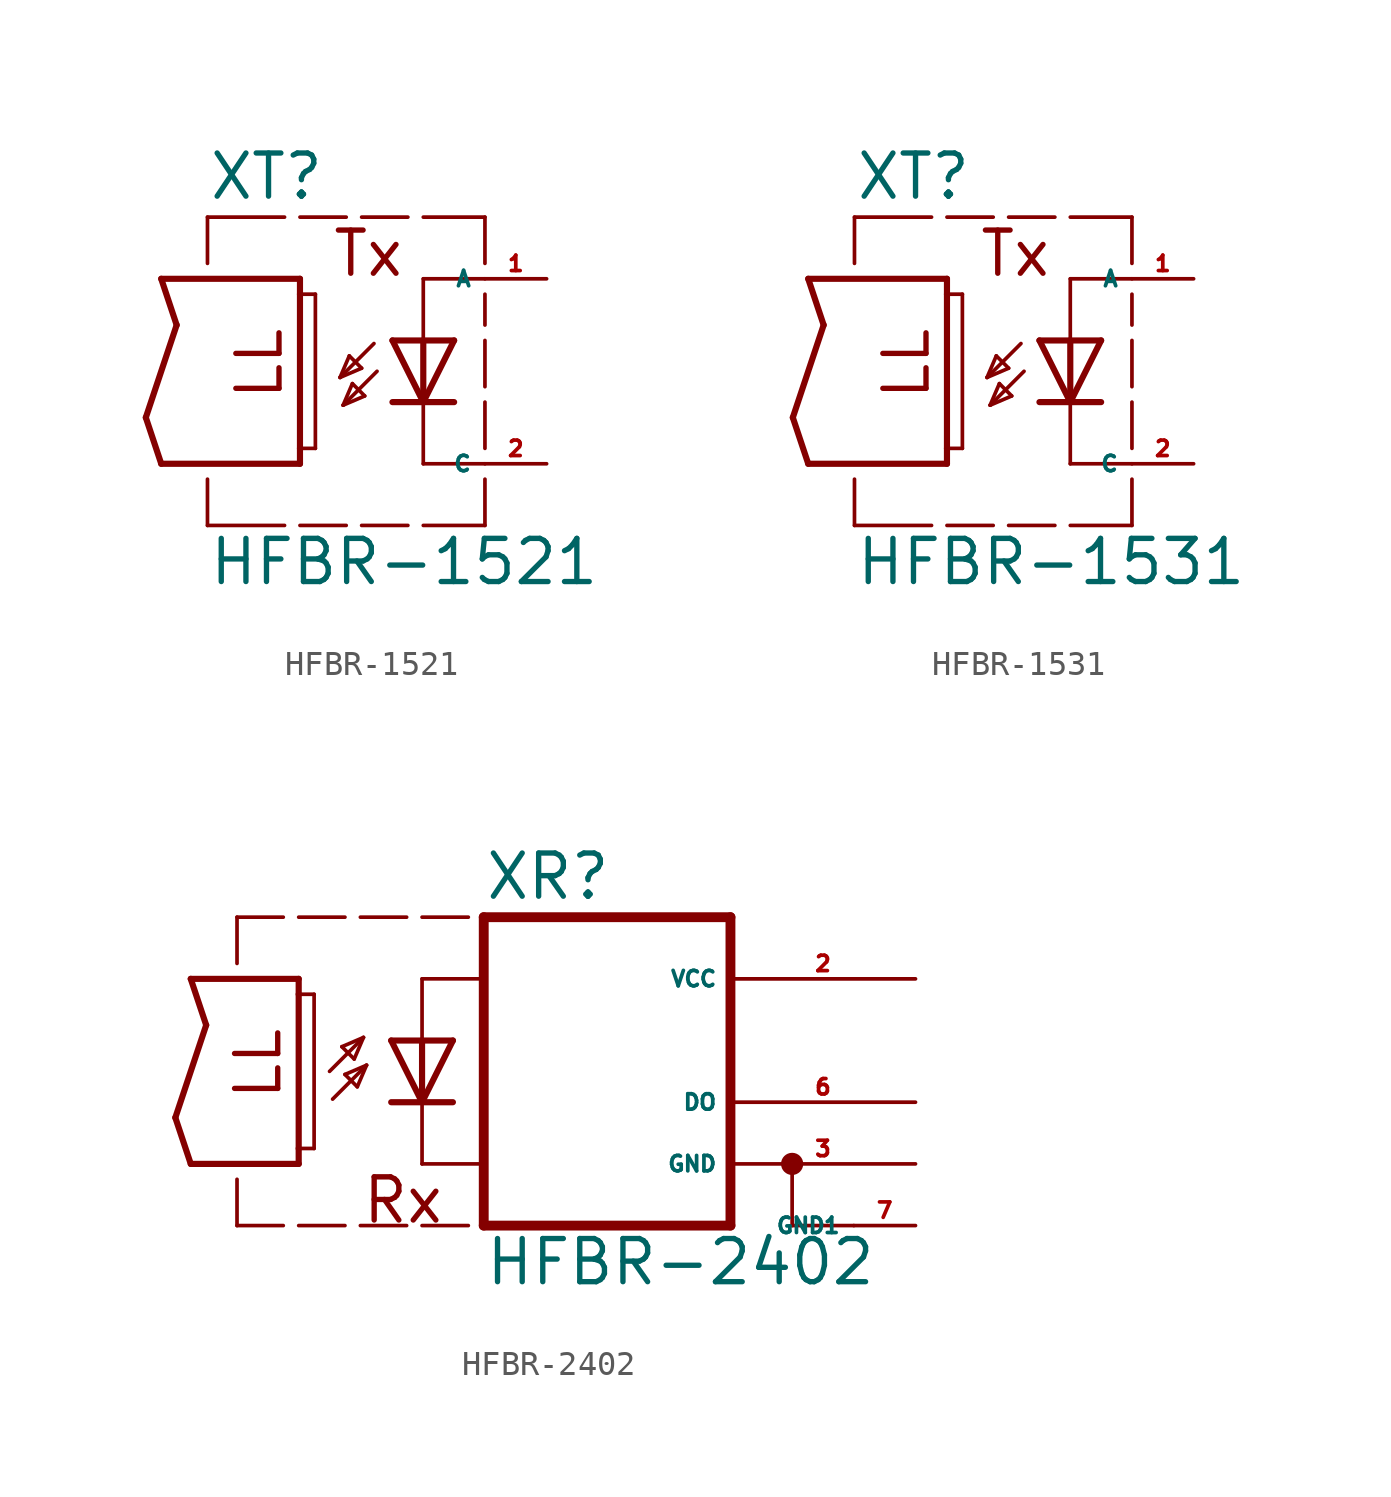
<source format=kicad_sym>
(kicad_symbol_lib
  (version 20220914)
  (generator Eagle2Kicad)
  (symbol "HFBR-1521"
    (property "Reference" "XT"
      (at -8.89 8.255 0)
      (effects (font (size 1.778 1.778) (thickness 0.22)) (justify left bottom)))
    (property "Value" "HFBR-1521"
      (at -8.89 -7.62 0)
      (effects (font (size 1.778 1.778) (thickness 0.22)) (justify left bottom)))
    (polyline
      (pts (xy 1.27 2.54) (xy 0 0))
      (stroke (width 0.254) (type default))
      (fill (type none)))
    (polyline
      (pts (xy 0 0) (xy -1.27 2.54))
      (stroke (width 0.254) (type default))
      (fill (type none)))
    (polyline
      (pts (xy 1.27 0) (xy 0 0))
      (stroke (width 0.254) (type default))
      (fill (type none)))
    (polyline
      (pts (xy 0 0) (xy -1.27 0))
      (stroke (width 0.254) (type default))
      (fill (type none)))
    (polyline
      (pts (xy 1.27 2.54) (xy 0 2.54))
      (stroke (width 0.254) (type default))
      (fill (type none)))
    (polyline
      (pts (xy 0 2.54) (xy -1.27 2.54))
      (stroke (width 0.254) (type default))
      (fill (type none)))
    (polyline
      (pts (xy 0 2.54) (xy 0 0))
      (stroke (width 0.254) (type default))
      (fill (type none)))
    (polyline
      (pts (xy -2.032 2.413) (xy -3.429 1.016))
      (stroke (width 0.152) (type default))
      (fill (type none)))
    (polyline
      (pts (xy -3.429 1.016) (xy -2.54 1.397))
      (stroke (width 0.152) (type default))
      (fill (type none)))
    (polyline
      (pts (xy -2.54 1.397) (xy -3.048 1.905))
      (stroke (width 0.152) (type default))
      (fill (type none)))
    (polyline
      (pts (xy -3.048 1.905) (xy -3.429 1.016))
      (stroke (width 0.152) (type default))
      (fill (type none)))
    (polyline
      (pts (xy -3.302 -0.127) (xy -2.413 0.254))
      (stroke (width 0.152) (type default))
      (fill (type none)))
    (polyline
      (pts (xy -2.413 0.254) (xy -2.921 0.762))
      (stroke (width 0.152) (type default))
      (fill (type none)))
    (polyline
      (pts (xy -2.921 0.762) (xy -3.302 -0.127))
      (stroke (width 0.152) (type default))
      (fill (type none)))
    (polyline
      (pts (xy -1.905 1.27) (xy -3.302 -0.127))
      (stroke (width 0.152) (type default))
      (fill (type none)))
    (polyline
      (pts (xy -10.795 5.08) (xy -5.08 5.08))
      (stroke (width 0.254) (type default))
      (fill (type none)))
    (polyline
      (pts (xy -5.08 5.08) (xy -5.08 4.445))
      (stroke (width 0.254) (type default))
      (fill (type none)))
    (polyline
      (pts (xy -5.08 -2.54) (xy -10.795 -2.54))
      (stroke (width 0.254) (type default))
      (fill (type none)))
    (polyline
      (pts (xy -10.795 -2.54) (xy -11.43 -0.635))
      (stroke (width 0.254) (type default))
      (fill (type none)))
    (polyline
      (pts (xy -11.43 -0.635) (xy -10.16 3.175))
      (stroke (width 0.254) (type default))
      (fill (type none)))
    (polyline
      (pts (xy -10.16 3.175) (xy -10.795 5.08))
      (stroke (width 0.254) (type default))
      (fill (type none)))
    (polyline
      (pts (xy -5.08 4.445) (xy -4.445 4.445))
      (stroke (width 0.152) (type default))
      (fill (type none)))
    (polyline
      (pts (xy -5.08 4.445) (xy -5.08 -1.905))
      (stroke (width 0.254) (type default))
      (fill (type none)))
    (polyline
      (pts (xy -4.445 4.445) (xy -4.445 -1.905))
      (stroke (width 0.152) (type default))
      (fill (type none)))
    (polyline
      (pts (xy -4.445 -1.905) (xy -5.08 -1.905))
      (stroke (width 0.152) (type default))
      (fill (type none)))
    (polyline
      (pts (xy -5.08 -1.905) (xy -5.08 -2.54))
      (stroke (width 0.254) (type default))
      (fill (type none)))
    (polyline
      (pts (xy -8.89 5.715) (xy -8.89 7.62))
      (stroke (width 0.152) (type default))
      (fill (type none)))
    (polyline
      (pts (xy -8.89 7.62) (xy -5.715 7.62))
      (stroke (width 0.152) (type default))
      (fill (type none)))
    (polyline
      (pts (xy -5.08 7.62) (xy -3.175 7.62))
      (stroke (width 0.152) (type default))
      (fill (type none)))
    (polyline
      (pts (xy -2.54 7.62) (xy -0.635 7.62))
      (stroke (width 0.152) (type default))
      (fill (type none)))
    (polyline
      (pts (xy 0 7.62) (xy 2.54 7.62))
      (stroke (width 0.152) (type default))
      (fill (type none)))
    (polyline
      (pts (xy -8.89 -3.175) (xy -8.89 -5.08))
      (stroke (width 0.152) (type default))
      (fill (type none)))
    (polyline
      (pts (xy -8.89 -5.08) (xy -5.715 -5.08))
      (stroke (width 0.152) (type default))
      (fill (type none)))
    (polyline
      (pts (xy -5.08 -5.08) (xy -3.175 -5.08))
      (stroke (width 0.152) (type default))
      (fill (type none)))
    (polyline
      (pts (xy -2.54 -5.08) (xy -0.635 -5.08))
      (stroke (width 0.152) (type default))
      (fill (type none)))
    (polyline
      (pts (xy 0 -5.08) (xy 2.54 -5.08))
      (stroke (width 0.152) (type default))
      (fill (type none)))
    (polyline
      (pts (xy 2.54 5.715) (xy 2.54 7.62))
      (stroke (width 0.152) (type default))
      (fill (type none)))
    (polyline
      (pts (xy 2.54 3.175) (xy 2.54 4.445))
      (stroke (width 0.152) (type default))
      (fill (type none)))
    (polyline
      (pts (xy 2.54 0.635) (xy 2.54 2.54))
      (stroke (width 0.152) (type default))
      (fill (type none)))
    (polyline
      (pts (xy 2.54 -1.905) (xy 2.54 0))
      (stroke (width 0.152) (type default))
      (fill (type none)))
    (polyline
      (pts (xy 2.54 -5.08) (xy 2.54 -3.175))
      (stroke (width 0.152) (type default))
      (fill (type none)))
    (polyline
      (pts (xy 2.54 5.08) (xy 0 5.08))
      (stroke (width 0.152) (type default))
      (fill (type none)))
    (polyline
      (pts (xy 0 5.08) (xy 0 2.54))
      (stroke (width 0.152) (type default))
      (fill (type none)))
    (polyline
      (pts (xy 2.54 -2.54) (xy 0 -2.54))
      (stroke (width 0.152) (type default))
      (fill (type none)))
    (polyline
      (pts (xy 0 -2.54) (xy 0 0))
      (stroke (width 0.152) (type default))
      (fill (type none)))
    (text "LL"
      (at -5.715 0 900)
      (effects (font (size 1.778 1.778) (thickness 0.22)) (justify left bottom)))
    (text "Tx"
      (at -3.81 5.08 0)
      (effects (font (size 1.778 1.778) (thickness 0.22)) (justify left bottom)))
    (pin passive line
      (at 5.08 -2.54 180)
      (length 2.54)
      (name "C" (effects (font (size 0.635 0.635) (thickness 0.08)) (justify left bottom)))
      (number "2" (effects (font (size 0.635 0.635) (thickness 0.08)) (justify left bottom))))
    (pin passive line
      (at 5.08 5.08 180)
      (length 2.54)
      (name "A" (effects (font (size 0.635 0.635) (thickness 0.08)) (justify left bottom)))
      (number "1" (effects (font (size 0.635 0.635) (thickness 0.08)) (justify left bottom)))))
  (symbol "HFBR-1531"
    (property "Reference" "XT"
      (at -8.89 8.255 0)
      (effects (font (size 1.778 1.778) (thickness 0.22)) (justify left bottom)))
    (property "Value" "HFBR-1531"
      (at -8.89 -7.62 0)
      (effects (font (size 1.778 1.778) (thickness 0.22)) (justify left bottom)))
    (polyline
      (pts (xy 1.27 2.54) (xy 0 0))
      (stroke (width 0.254) (type default))
      (fill (type none)))
    (polyline
      (pts (xy 0 0) (xy -1.27 2.54))
      (stroke (width 0.254) (type default))
      (fill (type none)))
    (polyline
      (pts (xy 1.27 0) (xy 0 0))
      (stroke (width 0.254) (type default))
      (fill (type none)))
    (polyline
      (pts (xy 0 0) (xy -1.27 0))
      (stroke (width 0.254) (type default))
      (fill (type none)))
    (polyline
      (pts (xy 1.27 2.54) (xy 0 2.54))
      (stroke (width 0.254) (type default))
      (fill (type none)))
    (polyline
      (pts (xy 0 2.54) (xy -1.27 2.54))
      (stroke (width 0.254) (type default))
      (fill (type none)))
    (polyline
      (pts (xy 0 2.54) (xy 0 0))
      (stroke (width 0.254) (type default))
      (fill (type none)))
    (polyline
      (pts (xy -2.032 2.413) (xy -3.429 1.016))
      (stroke (width 0.152) (type default))
      (fill (type none)))
    (polyline
      (pts (xy -3.429 1.016) (xy -2.54 1.397))
      (stroke (width 0.152) (type default))
      (fill (type none)))
    (polyline
      (pts (xy -2.54 1.397) (xy -3.048 1.905))
      (stroke (width 0.152) (type default))
      (fill (type none)))
    (polyline
      (pts (xy -3.048 1.905) (xy -3.429 1.016))
      (stroke (width 0.152) (type default))
      (fill (type none)))
    (polyline
      (pts (xy -3.302 -0.127) (xy -2.413 0.254))
      (stroke (width 0.152) (type default))
      (fill (type none)))
    (polyline
      (pts (xy -2.413 0.254) (xy -2.921 0.762))
      (stroke (width 0.152) (type default))
      (fill (type none)))
    (polyline
      (pts (xy -2.921 0.762) (xy -3.302 -0.127))
      (stroke (width 0.152) (type default))
      (fill (type none)))
    (polyline
      (pts (xy -1.905 1.27) (xy -3.302 -0.127))
      (stroke (width 0.152) (type default))
      (fill (type none)))
    (polyline
      (pts (xy -10.795 5.08) (xy -5.08 5.08))
      (stroke (width 0.254) (type default))
      (fill (type none)))
    (polyline
      (pts (xy -5.08 5.08) (xy -5.08 4.445))
      (stroke (width 0.254) (type default))
      (fill (type none)))
    (polyline
      (pts (xy -5.08 -2.54) (xy -10.795 -2.54))
      (stroke (width 0.254) (type default))
      (fill (type none)))
    (polyline
      (pts (xy -10.795 -2.54) (xy -11.43 -0.635))
      (stroke (width 0.254) (type default))
      (fill (type none)))
    (polyline
      (pts (xy -11.43 -0.635) (xy -10.16 3.175))
      (stroke (width 0.254) (type default))
      (fill (type none)))
    (polyline
      (pts (xy -10.16 3.175) (xy -10.795 5.08))
      (stroke (width 0.254) (type default))
      (fill (type none)))
    (polyline
      (pts (xy -5.08 4.445) (xy -4.445 4.445))
      (stroke (width 0.152) (type default))
      (fill (type none)))
    (polyline
      (pts (xy -5.08 4.445) (xy -5.08 -1.905))
      (stroke (width 0.254) (type default))
      (fill (type none)))
    (polyline
      (pts (xy -4.445 4.445) (xy -4.445 -1.905))
      (stroke (width 0.152) (type default))
      (fill (type none)))
    (polyline
      (pts (xy -4.445 -1.905) (xy -5.08 -1.905))
      (stroke (width 0.152) (type default))
      (fill (type none)))
    (polyline
      (pts (xy -5.08 -1.905) (xy -5.08 -2.54))
      (stroke (width 0.254) (type default))
      (fill (type none)))
    (polyline
      (pts (xy -8.89 5.715) (xy -8.89 7.62))
      (stroke (width 0.152) (type default))
      (fill (type none)))
    (polyline
      (pts (xy -8.89 7.62) (xy -5.715 7.62))
      (stroke (width 0.152) (type default))
      (fill (type none)))
    (polyline
      (pts (xy -5.08 7.62) (xy -3.175 7.62))
      (stroke (width 0.152) (type default))
      (fill (type none)))
    (polyline
      (pts (xy -2.54 7.62) (xy -0.635 7.62))
      (stroke (width 0.152) (type default))
      (fill (type none)))
    (polyline
      (pts (xy 0 7.62) (xy 2.54 7.62))
      (stroke (width 0.152) (type default))
      (fill (type none)))
    (polyline
      (pts (xy -8.89 -3.175) (xy -8.89 -5.08))
      (stroke (width 0.152) (type default))
      (fill (type none)))
    (polyline
      (pts (xy -8.89 -5.08) (xy -5.715 -5.08))
      (stroke (width 0.152) (type default))
      (fill (type none)))
    (polyline
      (pts (xy -5.08 -5.08) (xy -3.175 -5.08))
      (stroke (width 0.152) (type default))
      (fill (type none)))
    (polyline
      (pts (xy -2.54 -5.08) (xy -0.635 -5.08))
      (stroke (width 0.152) (type default))
      (fill (type none)))
    (polyline
      (pts (xy 0 -5.08) (xy 2.54 -5.08))
      (stroke (width 0.152) (type default))
      (fill (type none)))
    (polyline
      (pts (xy 2.54 5.715) (xy 2.54 7.62))
      (stroke (width 0.152) (type default))
      (fill (type none)))
    (polyline
      (pts (xy 2.54 3.175) (xy 2.54 4.445))
      (stroke (width 0.152) (type default))
      (fill (type none)))
    (polyline
      (pts (xy 2.54 0.635) (xy 2.54 2.54))
      (stroke (width 0.152) (type default))
      (fill (type none)))
    (polyline
      (pts (xy 2.54 -1.905) (xy 2.54 0))
      (stroke (width 0.152) (type default))
      (fill (type none)))
    (polyline
      (pts (xy 2.54 -5.08) (xy 2.54 -3.175))
      (stroke (width 0.152) (type default))
      (fill (type none)))
    (polyline
      (pts (xy 2.54 5.08) (xy 0 5.08))
      (stroke (width 0.152) (type default))
      (fill (type none)))
    (polyline
      (pts (xy 0 5.08) (xy 0 2.54))
      (stroke (width 0.152) (type default))
      (fill (type none)))
    (polyline
      (pts (xy 2.54 -2.54) (xy 0 -2.54))
      (stroke (width 0.152) (type default))
      (fill (type none)))
    (polyline
      (pts (xy 0 -2.54) (xy 0 0))
      (stroke (width 0.152) (type default))
      (fill (type none)))
    (text "LL"
      (at -5.715 0 900)
      (effects (font (size 1.778 1.778) (thickness 0.22)) (justify left bottom)))
    (text "Tx"
      (at -3.81 5.08 0)
      (effects (font (size 1.778 1.778) (thickness 0.22)) (justify left bottom)))
    (pin passive line
      (at 5.08 -2.54 180)
      (length 2.54)
      (name "C" (effects (font (size 0.635 0.635) (thickness 0.08)) (justify left bottom)))
      (number "2" (effects (font (size 0.635 0.635) (thickness 0.08)) (justify left bottom))))
    (pin passive line
      (at 5.08 5.08 180)
      (length 2.54)
      (name "A" (effects (font (size 0.635 0.635) (thickness 0.08)) (justify left bottom)))
      (number "1" (effects (font (size 0.635 0.635) (thickness 0.08)) (justify left bottom)))))
  (symbol "HFBR-2402"
    (property "Reference" "XR"
      (at 2.54 8.255 0)
      (effects (font (size 1.778 1.778) (thickness 0.22)) (justify left bottom)))
    (property "Value" "HFBR-2402"
      (at 2.54 -7.62 0)
      (effects (font (size 1.778 1.778) (thickness 0.22)) (justify left bottom)))
    (polyline
      (pts (xy 1.27 2.54) (xy 0 0))
      (stroke (width 0.254) (type default))
      (fill (type none)))
    (polyline
      (pts (xy 0 0) (xy -1.27 2.54))
      (stroke (width 0.254) (type default))
      (fill (type none)))
    (polyline
      (pts (xy 1.27 0) (xy 0 0))
      (stroke (width 0.254) (type default))
      (fill (type none)))
    (polyline
      (pts (xy 0 0) (xy -1.27 0))
      (stroke (width 0.254) (type default))
      (fill (type none)))
    (polyline
      (pts (xy 1.27 2.54) (xy 0 2.54))
      (stroke (width 0.254) (type default))
      (fill (type none)))
    (polyline
      (pts (xy 0 5.08) (xy 0 2.54))
      (stroke (width 0.152) (type default))
      (fill (type none)))
    (polyline
      (pts (xy 0 2.54) (xy -1.27 2.54))
      (stroke (width 0.254) (type default))
      (fill (type none)))
    (polyline
      (pts (xy 0 2.54) (xy 0 0))
      (stroke (width 0.254) (type default))
      (fill (type none)))
    (polyline
      (pts (xy -3.683 0.127) (xy -2.286 1.524))
      (stroke (width 0.152) (type default))
      (fill (type none)))
    (polyline
      (pts (xy -2.286 1.524) (xy -3.175 1.143))
      (stroke (width 0.152) (type default))
      (fill (type none)))
    (polyline
      (pts (xy -3.175 1.143) (xy -2.667 0.635))
      (stroke (width 0.152) (type default))
      (fill (type none)))
    (polyline
      (pts (xy -2.667 0.635) (xy -2.286 1.524))
      (stroke (width 0.152) (type default))
      (fill (type none)))
    (polyline
      (pts (xy -2.413 2.667) (xy -3.302 2.286))
      (stroke (width 0.152) (type default))
      (fill (type none)))
    (polyline
      (pts (xy -3.302 2.286) (xy -2.794 1.778))
      (stroke (width 0.152) (type default))
      (fill (type none)))
    (polyline
      (pts (xy -2.794 1.778) (xy -2.413 2.667))
      (stroke (width 0.152) (type default))
      (fill (type none)))
    (polyline
      (pts (xy -3.81 1.27) (xy -2.413 2.667))
      (stroke (width 0.152) (type default))
      (fill (type none)))
    (polyline
      (pts (xy -9.525 5.08) (xy -5.08 5.08))
      (stroke (width 0.254) (type default))
      (fill (type none)))
    (polyline
      (pts (xy -5.08 5.08) (xy -5.08 4.445))
      (stroke (width 0.254) (type default))
      (fill (type none)))
    (polyline
      (pts (xy -5.08 -2.54) (xy -9.525 -2.54))
      (stroke (width 0.254) (type default))
      (fill (type none)))
    (polyline
      (pts (xy -9.525 -2.54) (xy -10.16 -0.635))
      (stroke (width 0.254) (type default))
      (fill (type none)))
    (polyline
      (pts (xy -10.16 -0.635) (xy -8.89 3.175))
      (stroke (width 0.254) (type default))
      (fill (type none)))
    (polyline
      (pts (xy -8.89 3.175) (xy -9.525 5.08))
      (stroke (width 0.254) (type default))
      (fill (type none)))
    (polyline
      (pts (xy 0 0) (xy 0 -2.54))
      (stroke (width 0.152) (type default))
      (fill (type none)))
    (polyline
      (pts (xy 0 -2.54) (xy 2.54 -2.54))
      (stroke (width 0.152) (type default))
      (fill (type none)))
    (polyline
      (pts (xy 0 5.08) (xy 2.54 5.08))
      (stroke (width 0.152) (type default))
      (fill (type none)))
    (polyline
      (pts (xy 2.54 7.62) (xy 2.54 -5.08))
      (stroke (width 0.406) (type default))
      (fill (type none)))
    (polyline
      (pts (xy 2.54 -5.08) (xy 12.7 -5.08))
      (stroke (width 0.406) (type default))
      (fill (type none)))
    (polyline
      (pts (xy 12.7 -5.08) (xy 12.7 7.62))
      (stroke (width 0.406) (type default))
      (fill (type none)))
    (polyline
      (pts (xy 12.7 7.62) (xy 2.54 7.62))
      (stroke (width 0.406) (type default))
      (fill (type none)))
    (polyline
      (pts (xy 17.78 -5.08) (xy 15.24 -5.08))
      (stroke (width 0.152) (type default))
      (fill (type none)))
    (polyline
      (pts (xy 15.24 -5.08) (xy 15.24 -2.54))
      (stroke (width 0.152) (type default))
      (fill (type none)))
    (polyline
      (pts (xy -5.08 4.445) (xy -4.445 4.445))
      (stroke (width 0.152) (type default))
      (fill (type none)))
    (polyline
      (pts (xy -5.08 4.445) (xy -5.08 -1.905))
      (stroke (width 0.254) (type default))
      (fill (type none)))
    (polyline
      (pts (xy -4.445 4.445) (xy -4.445 -1.905))
      (stroke (width 0.152) (type default))
      (fill (type none)))
    (polyline
      (pts (xy -4.445 -1.905) (xy -5.08 -1.905))
      (stroke (width 0.152) (type default))
      (fill (type none)))
    (polyline
      (pts (xy -5.08 -1.905) (xy -5.08 -2.54))
      (stroke (width 0.254) (type default))
      (fill (type none)))
    (polyline
      (pts (xy -7.62 5.715) (xy -7.62 7.62))
      (stroke (width 0.152) (type default))
      (fill (type none)))
    (polyline
      (pts (xy -7.62 7.62) (xy -5.715 7.62))
      (stroke (width 0.152) (type default))
      (fill (type none)))
    (polyline
      (pts (xy -5.08 7.62) (xy -3.175 7.62))
      (stroke (width 0.152) (type default))
      (fill (type none)))
    (polyline
      (pts (xy -2.54 7.62) (xy -0.635 7.62))
      (stroke (width 0.152) (type default))
      (fill (type none)))
    (polyline
      (pts (xy 0 7.62) (xy 1.905 7.62))
      (stroke (width 0.152) (type default))
      (fill (type none)))
    (polyline
      (pts (xy -7.62 -3.175) (xy -7.62 -5.08))
      (stroke (width 0.152) (type default))
      (fill (type none)))
    (polyline
      (pts (xy -7.62 -5.08) (xy -5.715 -5.08))
      (stroke (width 0.152) (type default))
      (fill (type none)))
    (polyline
      (pts (xy -5.08 -5.08) (xy -3.175 -5.08))
      (stroke (width 0.152) (type default))
      (fill (type none)))
    (polyline
      (pts (xy -2.54 -5.08) (xy -0.635 -5.08))
      (stroke (width 0.152) (type default))
      (fill (type none)))
    (polyline
      (pts (xy 0 -5.08) (xy 1.905 -5.08))
      (stroke (width 0.152) (type default))
      (fill (type none)))
    (text "LL"
      (at -5.715 0 900)
      (effects (font (size 1.778 1.778) (thickness 0.22)) (justify left bottom)))
    (text "Rx"
      (at -2.54 -5.08 0)
      (effects (font (size 1.778 1.778) (thickness 0.22)) (justify left bottom)))
    (circle
      (center 15.24 -2.54)
      (radius 0.254)
      (stroke (width 0.406) (type default))
      (fill (type none)))
    (pin unspecified line
      (at 20.32 5.08 180)
      (length 7.62)
      (name "VCC" (effects (font (size 0.635 0.635) (thickness 0.08)) (justify left bottom)))
      (number "2" (effects (font (size 0.635 0.635) (thickness 0.08)) (justify left bottom))))
    (pin passive line
      (at 20.32 0 180)
      (length 7.62)
      (name "DO" (effects (font (size 0.635 0.635) (thickness 0.08)) (justify left bottom)))
      (number "6" (effects (font (size 0.635 0.635) (thickness 0.08)) (justify left bottom))))
    (pin unspecified line
      (at 20.32 -2.54 180)
      (length 7.62)
      (name "GND" (effects (font (size 0.635 0.635) (thickness 0.08)) (justify left bottom)))
      (number "3" (effects (font (size 0.635 0.635) (thickness 0.08)) (justify left bottom))))
    (pin unspecified line
      (at 20.32 -5.08 180)
      (length 2.54)
      (name "GND1" (effects (font (size 0.635 0.635) (thickness 0.08)) (justify left bottom)))
      (number "7" (effects (font (size 0.635 0.635) (thickness 0.08)) (justify left bottom))))))
</source>
